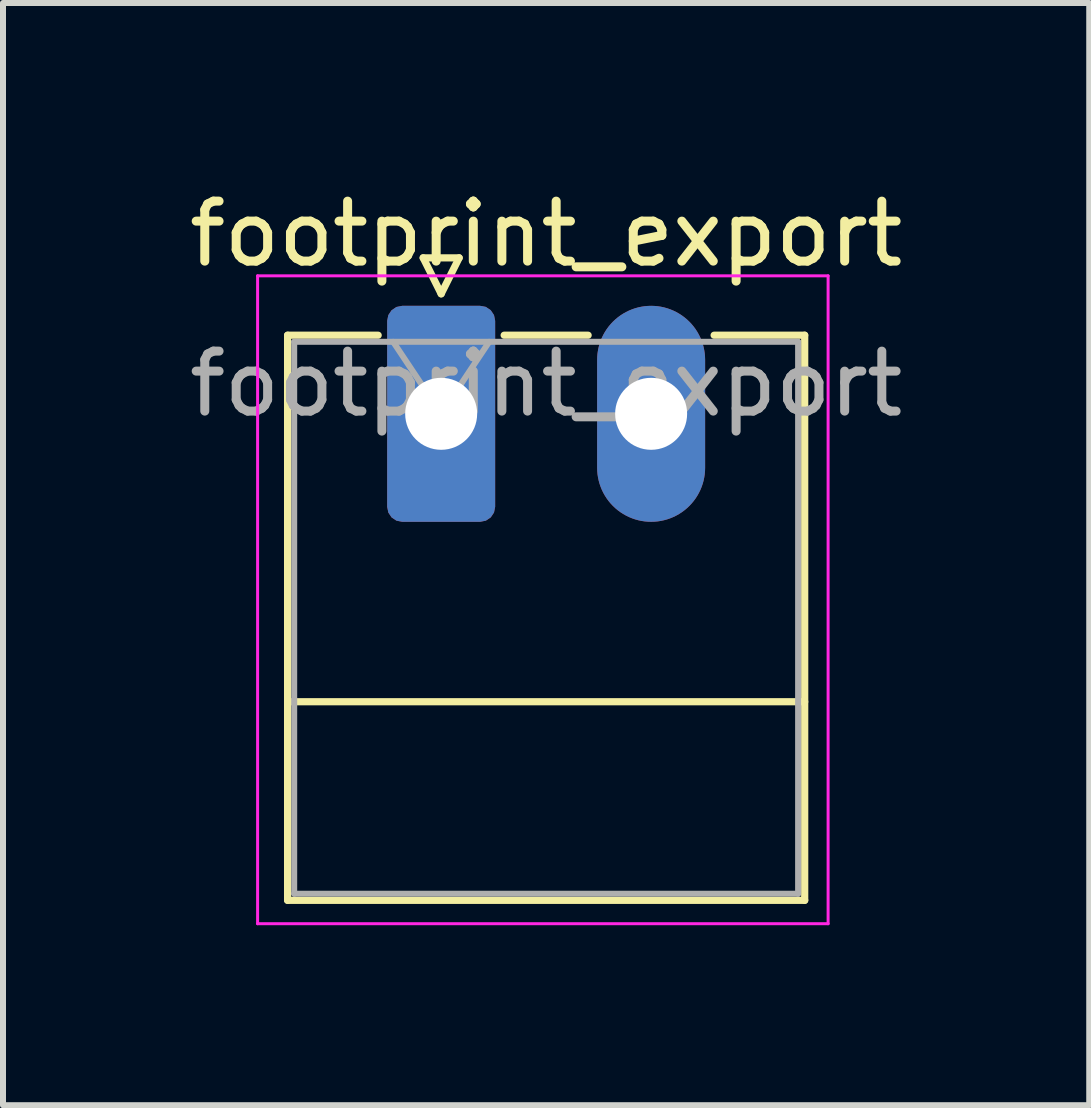
<source format=kicad_pcb>
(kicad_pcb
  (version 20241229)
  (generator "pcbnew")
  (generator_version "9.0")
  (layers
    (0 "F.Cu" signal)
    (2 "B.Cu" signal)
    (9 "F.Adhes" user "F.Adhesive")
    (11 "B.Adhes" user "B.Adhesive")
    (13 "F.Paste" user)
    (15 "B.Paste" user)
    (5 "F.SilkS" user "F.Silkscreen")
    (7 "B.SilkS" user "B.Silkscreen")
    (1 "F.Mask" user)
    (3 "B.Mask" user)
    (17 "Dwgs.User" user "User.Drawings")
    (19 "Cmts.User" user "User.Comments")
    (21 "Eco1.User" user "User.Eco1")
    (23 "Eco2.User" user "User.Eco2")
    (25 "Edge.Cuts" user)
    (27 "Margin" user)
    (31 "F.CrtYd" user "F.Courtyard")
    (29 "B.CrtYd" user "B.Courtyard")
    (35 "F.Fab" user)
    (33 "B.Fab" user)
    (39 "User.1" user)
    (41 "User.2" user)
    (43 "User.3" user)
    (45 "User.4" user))
  (footprint "footprint_export"
    (layer "F.Cu")
    (at 4.304 3.848)
    (property "Reference" "footprint_export" (at 1.75 -3 0) (layer "F.SilkS") (effects (font (size 1 1) (thickness 0.15))))
    (attr through_hole)
    (fp_line (start -2.56 -1.31) (end -2.56 8.11) (stroke (width 0.12) (type solid)) (layer "F.SilkS"))
    (fp_line (start -2.56 -1.31) (end -1.05 -1.31) (stroke (width 0.12) (type solid)) (layer "F.SilkS"))
    (fp_line (start -2.56 4.8) (end 6.06 4.8) (stroke (width 0.12) (type solid)) (layer "F.SilkS"))
    (fp_line (start -2.56 8.11) (end 6.06 8.11) (stroke (width 0.12) (type solid)) (layer "F.SilkS"))
    (fp_line (start -0.3 -2.6) (end 0.3 -2.6) (stroke (width 0.12) (type solid)) (layer "F.SilkS"))
    (fp_line (start 0 -2) (end -0.3 -2.6) (stroke (width 0.12) (type solid)) (layer "F.SilkS"))
    (fp_line (start 0.3 -2.6) (end 0 -2) (stroke (width 0.12) (type solid)) (layer "F.SilkS"))
    (fp_line (start 1.05 -1.31) (end 2.45 -1.31) (stroke (width 0.12) (type solid)) (layer "F.SilkS"))
    (fp_line (start 6.06 -1.31) (end 4.55 -1.31) (stroke (width 0.12) (type solid)) (layer "F.SilkS"))
    (fp_line (start 6.06 8.11) (end 6.06 -1.31) (stroke (width 0.12) (type solid)) (layer "F.SilkS"))
    (fp_line (start -3.06 -2.3) (end -3.06 8.5) (stroke (width 0.05) (type solid)) (layer "F.CrtYd"))
    (fp_line (start -3.06 8.5) (end 6.45 8.5) (stroke (width 0.05) (type solid)) (layer "F.CrtYd"))
    (fp_line (start 6.45 -2.3) (end -3.06 -2.3) (stroke (width 0.05) (type solid)) (layer "F.CrtYd"))
    (fp_line (start 6.45 8.5) (end 6.45 -2.3) (stroke (width 0.05) (type solid)) (layer "F.CrtYd"))
    (fp_line (start -2.45 -1.2) (end -2.45 8) (stroke (width 0.1) (type solid)) (layer "F.Fab"))
    (fp_line (start -2.45 8) (end 5.95 8) (stroke (width 0.1) (type solid)) (layer "F.Fab"))
    (fp_line (start 0 0) (end -0.8 -1.2) (stroke (width 0.1) (type solid)) (layer "F.Fab"))
    (fp_line (start 0.8 -1.2) (end 0 0) (stroke (width 0.1) (type solid)) (layer "F.Fab"))
    (fp_line (start 5.95 -1.2) (end -2.45 -1.2) (stroke (width 0.1) (type solid)) (layer "F.Fab"))
    (fp_line (start 5.95 8) (end 5.95 -1.2) (stroke (width 0.1) (type solid)) (layer "F.Fab"))
    (fp_text user "${REFERENCE}" (at 1.75 -0.5 0) (layer "F.Fab") (effects (font (size 1 1) (thickness 0.15))))
    (pad "1" thru_hole roundrect (at 0 0) (size 1.8 3.6) (drill 1.2) (layers "*.Cu" "*.Mask") (roundrect_rratio 0.139))
    (pad "2" thru_hole oval (at 3.5 0) (size 1.8 3.6) (drill 1.2) (layers "*.Cu" "*.Mask")))
  (gr_rect
    (start -3 -3)
    (end 15.107 15.373)
    (stroke (width 0.1) (type default))
    (fill no)
    (layer "Edge.Cuts")))
</source>
